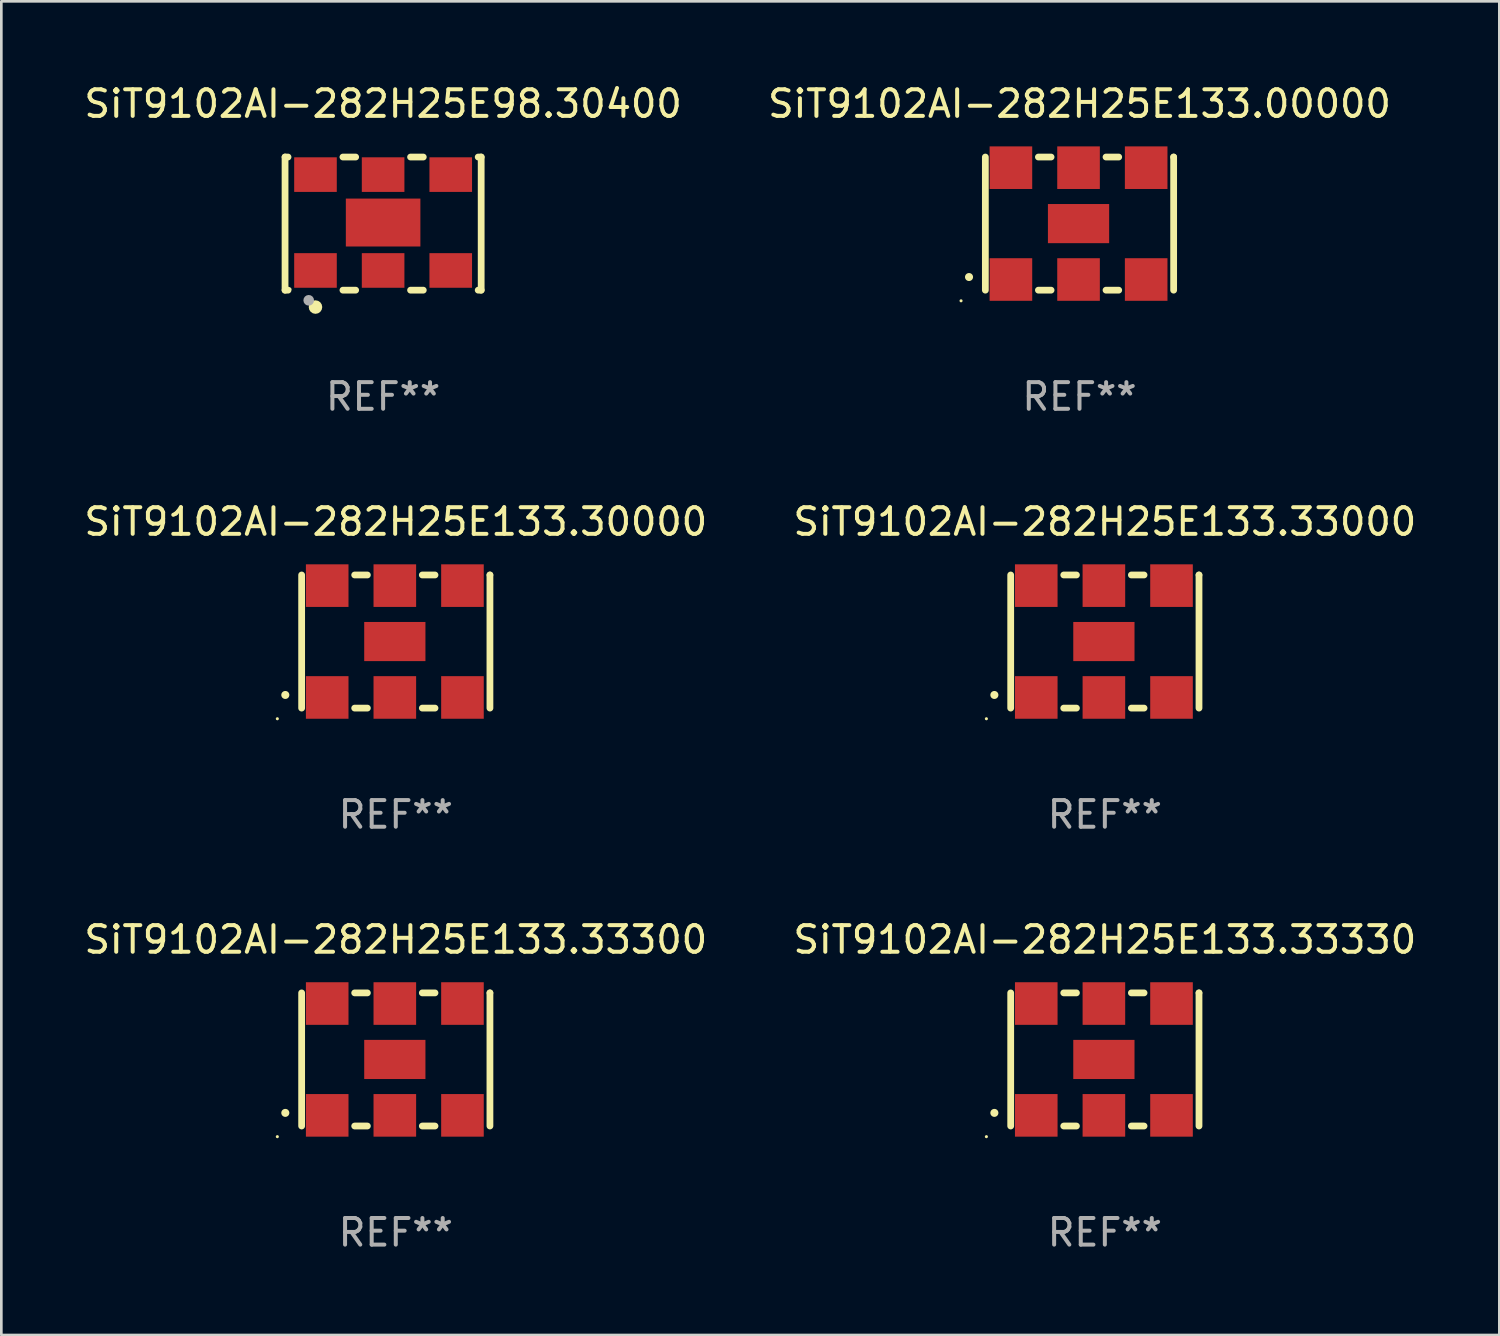
<source format=kicad_pcb>
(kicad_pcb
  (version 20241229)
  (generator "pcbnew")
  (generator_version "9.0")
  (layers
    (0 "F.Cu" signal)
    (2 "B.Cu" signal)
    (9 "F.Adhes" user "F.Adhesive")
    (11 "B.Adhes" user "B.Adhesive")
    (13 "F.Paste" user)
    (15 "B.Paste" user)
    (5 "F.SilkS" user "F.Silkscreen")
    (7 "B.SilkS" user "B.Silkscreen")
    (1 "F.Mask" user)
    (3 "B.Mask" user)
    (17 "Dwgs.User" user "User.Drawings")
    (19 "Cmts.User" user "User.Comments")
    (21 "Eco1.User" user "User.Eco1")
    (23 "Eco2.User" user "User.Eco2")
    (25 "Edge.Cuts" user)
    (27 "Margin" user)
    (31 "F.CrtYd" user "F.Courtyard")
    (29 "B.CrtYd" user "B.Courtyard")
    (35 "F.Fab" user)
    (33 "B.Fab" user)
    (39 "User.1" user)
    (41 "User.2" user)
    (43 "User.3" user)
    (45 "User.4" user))
  (footprint "SiT9102AI-282H25E133.33000"
    (layer "F.Cu")
    (at 38.446 21.045)
    (property "Reference" "SiT9102AI-282H25E133.33000" (at 0 -4.5 0) (layer "F.SilkS") (effects (font (size 1 1) (thickness 0.15))))
    (attr through_hole)
    (fp_line (start -3.536 -2.5) (end -3.536 2.5) (stroke (width 0.254) (type solid)) (layer "F.SilkS"))
    (fp_line (start -1.544 2.5) (end -1.067 2.5) (stroke (width 0.254) (type solid)) (layer "F.SilkS"))
    (fp_line (start -1.067 -2.5) (end -1.544 -2.5) (stroke (width 0.254) (type solid)) (layer "F.SilkS"))
    (fp_line (start 0.996 2.5) (end 1.473 2.5) (stroke (width 0.254) (type solid)) (layer "F.SilkS"))
    (fp_line (start 1.473 -2.5) (end 0.996 -2.5) (stroke (width 0.254) (type solid)) (layer "F.SilkS"))
    (fp_line (start 3.536 -2.5) (end 3.536 -2.5) (stroke (width 0.254) (type solid)) (layer "F.SilkS"))
    (fp_line (start 3.536 2.5) (end 3.536 -2.5) (stroke (width 0.254) (type solid)) (layer "F.SilkS"))
    (fp_arc (start -4.150432 2.006604) (mid -4.149162 2.006599) (end -4.147892 2.006604) (stroke (width 0.3) (type solid)) (layer "F.SilkS"))
    (fp_circle (center -4.449 2.9) (end -4.419 2.9) (stroke (width 0.06) (type solid)) (fill no) (layer "F.SilkS"))
    (fp_text user "REF**" (at 0 6.5 0) (layer "F.Fab") (effects (font (size 1 1) (thickness 0.15))))
    (pad "1" smd rect (at -2.576 2.1) (size 1.6 1.6) (layers "F.Cu" "F.Mask" "F.Paste"))
    (pad "2" smd rect (at -0.036 2.1) (size 1.6 1.6) (layers "F.Cu" "F.Mask" "F.Paste"))
    (pad "3" smd rect (at 2.504 2.1) (size 1.6 1.6) (layers "F.Cu" "F.Mask" "F.Paste"))
    (pad "4" smd rect (at 2.504 -2.1) (size 1.6 1.6) (layers "F.Cu" "F.Mask" "F.Paste"))
    (pad "5" smd rect (at -0.036 -2.1) (size 1.6 1.6) (layers "F.Cu" "F.Mask" "F.Paste"))
    (pad "6" smd rect (at -2.576 -2.1) (size 1.6 1.6) (layers "F.Cu" "F.Mask" "F.Paste"))
    (pad "7" smd rect (at -0.036 0) (size 2.3 1.47) (layers "F.Cu" "F.Mask" "F.Paste")))
  (footprint "SiT9102AI-282H25E133.30000"
    (layer "F.Cu")
    (at 11.815 21.045)
    (property "Reference" "SiT9102AI-282H25E133.30000" (at 0 -4.5 0) (layer "F.SilkS") (effects (font (size 1 1) (thickness 0.15))))
    (attr through_hole)
    (fp_line (start -3.536 -2.5) (end -3.536 2.5) (stroke (width 0.254) (type solid)) (layer "F.SilkS"))
    (fp_line (start -1.544 2.5) (end -1.067 2.5) (stroke (width 0.254) (type solid)) (layer "F.SilkS"))
    (fp_line (start -1.067 -2.5) (end -1.544 -2.5) (stroke (width 0.254) (type solid)) (layer "F.SilkS"))
    (fp_line (start 0.996 2.5) (end 1.473 2.5) (stroke (width 0.254) (type solid)) (layer "F.SilkS"))
    (fp_line (start 1.473 -2.5) (end 0.996 -2.5) (stroke (width 0.254) (type solid)) (layer "F.SilkS"))
    (fp_line (start 3.536 -2.5) (end 3.536 -2.5) (stroke (width 0.254) (type solid)) (layer "F.SilkS"))
    (fp_line (start 3.536 2.5) (end 3.536 -2.5) (stroke (width 0.254) (type solid)) (layer "F.SilkS"))
    (fp_arc (start -4.150432 2.006604) (mid -4.149162 2.006599) (end -4.147892 2.006604) (stroke (width 0.3) (type solid)) (layer "F.SilkS"))
    (fp_circle (center -4.449 2.9) (end -4.419 2.9) (stroke (width 0.06) (type solid)) (fill no) (layer "F.SilkS"))
    (fp_text user "REF**" (at 0 6.5 0) (layer "F.Fab") (effects (font (size 1 1) (thickness 0.15))))
    (pad "1" smd rect (at -2.576 2.1) (size 1.6 1.6) (layers "F.Cu" "F.Mask" "F.Paste"))
    (pad "2" smd rect (at -0.036 2.1) (size 1.6 1.6) (layers "F.Cu" "F.Mask" "F.Paste"))
    (pad "3" smd rect (at 2.504 2.1) (size 1.6 1.6) (layers "F.Cu" "F.Mask" "F.Paste"))
    (pad "4" smd rect (at 2.504 -2.1) (size 1.6 1.6) (layers "F.Cu" "F.Mask" "F.Paste"))
    (pad "5" smd rect (at -0.036 -2.1) (size 1.6 1.6) (layers "F.Cu" "F.Mask" "F.Paste"))
    (pad "6" smd rect (at -2.576 -2.1) (size 1.6 1.6) (layers "F.Cu" "F.Mask" "F.Paste"))
    (pad "7" smd rect (at -0.036 0) (size 2.3 1.47) (layers "F.Cu" "F.Mask" "F.Paste")))
  (footprint "SiT9102AI-282H25E98.30400"
    (layer "F.Cu")
    (at 11.339 5.348)
    (property "Reference" "SiT9102AI-282H25E98.30400" (at 0 -4.5 0) (layer "F.SilkS") (effects (font (size 1 1) (thickness 0.15))))
    (attr through_hole)
    (fp_line (start -3.683 -2.5) (end -3.571 -2.5) (stroke (width 0.254) (type solid)) (layer "F.SilkS"))
    (fp_line (start -3.683 2.5) (end -3.683 -2.5) (stroke (width 0.254) (type solid)) (layer "F.SilkS"))
    (fp_line (start -3.683 2.5) (end -3.571 2.5) (stroke (width 0.254) (type solid)) (layer "F.SilkS"))
    (fp_line (start -1.509 -2.5) (end -1.031 -2.5) (stroke (width 0.254) (type solid)) (layer "F.SilkS"))
    (fp_line (start -1.509 2.5) (end -1.031 2.5) (stroke (width 0.254) (type solid)) (layer "F.SilkS"))
    (fp_line (start 1.031 -2.5) (end 1.509 -2.5) (stroke (width 0.254) (type solid)) (layer "F.SilkS"))
    (fp_line (start 1.031 2.5) (end 1.509 2.5) (stroke (width 0.254) (type solid)) (layer "F.SilkS"))
    (fp_line (start 3.571 -2.5) (end 3.683 -2.5) (stroke (width 0.254) (type solid)) (layer "F.SilkS"))
    (fp_line (start 3.571 2.5) (end 3.683 2.5) (stroke (width 0.254) (type solid)) (layer "F.SilkS"))
    (fp_line (start 3.683 2.5) (end 3.683 -2.5) (stroke (width 0.254) (type solid)) (layer "F.SilkS"))
    (fp_circle (center -3.5 2.46) (end -3.47 2.46) (stroke (width 0.06) (type solid)) (fill no) (layer "F.SilkS"))
    (fp_circle (center -2.54 3.135) (end -2.413 3.135) (stroke (width 0.254) (type solid)) (fill no) (layer "F.SilkS"))
    (fp_circle (center -2.794 2.881) (end -2.694 2.881) (stroke (width 0.2) (type solid)) (fill no) (layer "F.Fab"))
    (fp_text user "REF**" (at 0 6.5 0) (layer "F.Fab") (effects (font (size 1 1) (thickness 0.15))))
    (pad "1" smd rect (at -2.54 1.76) (size 1.6 1.3) (layers "F.Cu" "F.Mask" "F.Paste"))
    (pad "2" smd rect (at 0 1.76) (size 1.6 1.3) (layers "F.Cu" "F.Mask" "F.Paste"))
    (pad "3" smd rect (at 2.54 1.76) (size 1.6 1.3) (layers "F.Cu" "F.Mask" "F.Paste"))
    (pad "4" smd rect (at 2.54 -1.84) (size 1.6 1.3) (layers "F.Cu" "F.Mask" "F.Paste"))
    (pad "5" smd rect (at 0 -1.84) (size 1.6 1.3) (layers "F.Cu" "F.Mask" "F.Paste"))
    (pad "6" smd rect (at -2.54 -1.84) (size 1.6 1.3) (layers "F.Cu" "F.Mask" "F.Paste"))
    (pad "7" smd rect (at 0 -0.04) (size 2.8 1.8) (layers "F.Cu" "F.Mask" "F.Paste")))
  (footprint "SiT9102AI-282H25E133.33330"
    (layer "F.Cu")
    (at 38.446 36.741)
    (property "Reference" "SiT9102AI-282H25E133.33330" (at 0 -4.5 0) (layer "F.SilkS") (effects (font (size 1 1) (thickness 0.15))))
    (attr through_hole)
    (fp_line (start -3.536 -2.5) (end -3.536 2.5) (stroke (width 0.254) (type solid)) (layer "F.SilkS"))
    (fp_line (start -1.544 2.5) (end -1.067 2.5) (stroke (width 0.254) (type solid)) (layer "F.SilkS"))
    (fp_line (start -1.067 -2.5) (end -1.544 -2.5) (stroke (width 0.254) (type solid)) (layer "F.SilkS"))
    (fp_line (start 0.996 2.5) (end 1.473 2.5) (stroke (width 0.254) (type solid)) (layer "F.SilkS"))
    (fp_line (start 1.473 -2.5) (end 0.996 -2.5) (stroke (width 0.254) (type solid)) (layer "F.SilkS"))
    (fp_line (start 3.536 -2.5) (end 3.536 -2.5) (stroke (width 0.254) (type solid)) (layer "F.SilkS"))
    (fp_line (start 3.536 2.5) (end 3.536 -2.5) (stroke (width 0.254) (type solid)) (layer "F.SilkS"))
    (fp_arc (start -4.150432 2.006604) (mid -4.149162 2.006599) (end -4.147892 2.006604) (stroke (width 0.3) (type solid)) (layer "F.SilkS"))
    (fp_circle (center -4.449 2.9) (end -4.419 2.9) (stroke (width 0.06) (type solid)) (fill no) (layer "F.SilkS"))
    (fp_text user "REF**" (at 0 6.5 0) (layer "F.Fab") (effects (font (size 1 1) (thickness 0.15))))
    (pad "1" smd rect (at -2.576 2.1) (size 1.6 1.6) (layers "F.Cu" "F.Mask" "F.Paste"))
    (pad "2" smd rect (at -0.036 2.1) (size 1.6 1.6) (layers "F.Cu" "F.Mask" "F.Paste"))
    (pad "3" smd rect (at 2.504 2.1) (size 1.6 1.6) (layers "F.Cu" "F.Mask" "F.Paste"))
    (pad "4" smd rect (at 2.504 -2.1) (size 1.6 1.6) (layers "F.Cu" "F.Mask" "F.Paste"))
    (pad "5" smd rect (at -0.036 -2.1) (size 1.6 1.6) (layers "F.Cu" "F.Mask" "F.Paste"))
    (pad "6" smd rect (at -2.576 -2.1) (size 1.6 1.6) (layers "F.Cu" "F.Mask" "F.Paste"))
    (pad "7" smd rect (at -0.036 0) (size 2.3 1.47) (layers "F.Cu" "F.Mask" "F.Paste")))
  (footprint "SiT9102AI-282H25E133.00000"
    (layer "F.Cu")
    (at 37.494 5.348)
    (property "Reference" "SiT9102AI-282H25E133.00000" (at 0 -4.5 0) (layer "F.SilkS") (effects (font (size 1 1) (thickness 0.15))))
    (attr through_hole)
    (fp_line (start -3.536 -2.5) (end -3.536 2.5) (stroke (width 0.254) (type solid)) (layer "F.SilkS"))
    (fp_line (start -1.544 2.5) (end -1.067 2.5) (stroke (width 0.254) (type solid)) (layer "F.SilkS"))
    (fp_line (start -1.067 -2.5) (end -1.544 -2.5) (stroke (width 0.254) (type solid)) (layer "F.SilkS"))
    (fp_line (start 0.996 2.5) (end 1.473 2.5) (stroke (width 0.254) (type solid)) (layer "F.SilkS"))
    (fp_line (start 1.473 -2.5) (end 0.996 -2.5) (stroke (width 0.254) (type solid)) (layer "F.SilkS"))
    (fp_line (start 3.536 -2.5) (end 3.536 -2.5) (stroke (width 0.254) (type solid)) (layer "F.SilkS"))
    (fp_line (start 3.536 2.5) (end 3.536 -2.5) (stroke (width 0.254) (type solid)) (layer "F.SilkS"))
    (fp_arc (start -4.150432 2.006604) (mid -4.149162 2.006599) (end -4.147892 2.006604) (stroke (width 0.3) (type solid)) (layer "F.SilkS"))
    (fp_circle (center -4.449 2.9) (end -4.419 2.9) (stroke (width 0.06) (type solid)) (fill no) (layer "F.SilkS"))
    (fp_text user "REF**" (at 0 6.5 0) (layer "F.Fab") (effects (font (size 1 1) (thickness 0.15))))
    (pad "1" smd rect (at -2.576 2.1) (size 1.6 1.6) (layers "F.Cu" "F.Mask" "F.Paste"))
    (pad "2" smd rect (at -0.036 2.1) (size 1.6 1.6) (layers "F.Cu" "F.Mask" "F.Paste"))
    (pad "3" smd rect (at 2.504 2.1) (size 1.6 1.6) (layers "F.Cu" "F.Mask" "F.Paste"))
    (pad "4" smd rect (at 2.504 -2.1) (size 1.6 1.6) (layers "F.Cu" "F.Mask" "F.Paste"))
    (pad "5" smd rect (at -0.036 -2.1) (size 1.6 1.6) (layers "F.Cu" "F.Mask" "F.Paste"))
    (pad "6" smd rect (at -2.576 -2.1) (size 1.6 1.6) (layers "F.Cu" "F.Mask" "F.Paste"))
    (pad "7" smd rect (at -0.036 0) (size 2.3 1.47) (layers "F.Cu" "F.Mask" "F.Paste")))
  (footprint "SiT9102AI-282H25E133.33300"
    (layer "F.Cu")
    (at 11.815 36.741)
    (property "Reference" "SiT9102AI-282H25E133.33300" (at 0 -4.5 0) (layer "F.SilkS") (effects (font (size 1 1) (thickness 0.15))))
    (attr through_hole)
    (fp_line (start -3.536 -2.5) (end -3.536 2.5) (stroke (width 0.254) (type solid)) (layer "F.SilkS"))
    (fp_line (start -1.544 2.5) (end -1.067 2.5) (stroke (width 0.254) (type solid)) (layer "F.SilkS"))
    (fp_line (start -1.067 -2.5) (end -1.544 -2.5) (stroke (width 0.254) (type solid)) (layer "F.SilkS"))
    (fp_line (start 0.996 2.5) (end 1.473 2.5) (stroke (width 0.254) (type solid)) (layer "F.SilkS"))
    (fp_line (start 1.473 -2.5) (end 0.996 -2.5) (stroke (width 0.254) (type solid)) (layer "F.SilkS"))
    (fp_line (start 3.536 -2.5) (end 3.536 -2.5) (stroke (width 0.254) (type solid)) (layer "F.SilkS"))
    (fp_line (start 3.536 2.5) (end 3.536 -2.5) (stroke (width 0.254) (type solid)) (layer "F.SilkS"))
    (fp_arc (start -4.150432 2.006604) (mid -4.149162 2.006599) (end -4.147892 2.006604) (stroke (width 0.3) (type solid)) (layer "F.SilkS"))
    (fp_circle (center -4.449 2.9) (end -4.419 2.9) (stroke (width 0.06) (type solid)) (fill no) (layer "F.SilkS"))
    (fp_text user "REF**" (at 0 6.5 0) (layer "F.Fab") (effects (font (size 1 1) (thickness 0.15))))
    (pad "1" smd rect (at -2.576 2.1) (size 1.6 1.6) (layers "F.Cu" "F.Mask" "F.Paste"))
    (pad "2" smd rect (at -0.036 2.1) (size 1.6 1.6) (layers "F.Cu" "F.Mask" "F.Paste"))
    (pad "3" smd rect (at 2.504 2.1) (size 1.6 1.6) (layers "F.Cu" "F.Mask" "F.Paste"))
    (pad "4" smd rect (at 2.504 -2.1) (size 1.6 1.6) (layers "F.Cu" "F.Mask" "F.Paste"))
    (pad "5" smd rect (at -0.036 -2.1) (size 1.6 1.6) (layers "F.Cu" "F.Mask" "F.Paste"))
    (pad "6" smd rect (at -2.576 -2.1) (size 1.6 1.6) (layers "F.Cu" "F.Mask" "F.Paste"))
    (pad "7" smd rect (at -0.036 0) (size 2.3 1.47) (layers "F.Cu" "F.Mask" "F.Paste")))
  (gr_rect
    (start -3 -3)
    (end 53.262 47.09)
    (stroke (width 0.1) (type default))
    (fill no)
    (layer "Edge.Cuts")))
</source>
